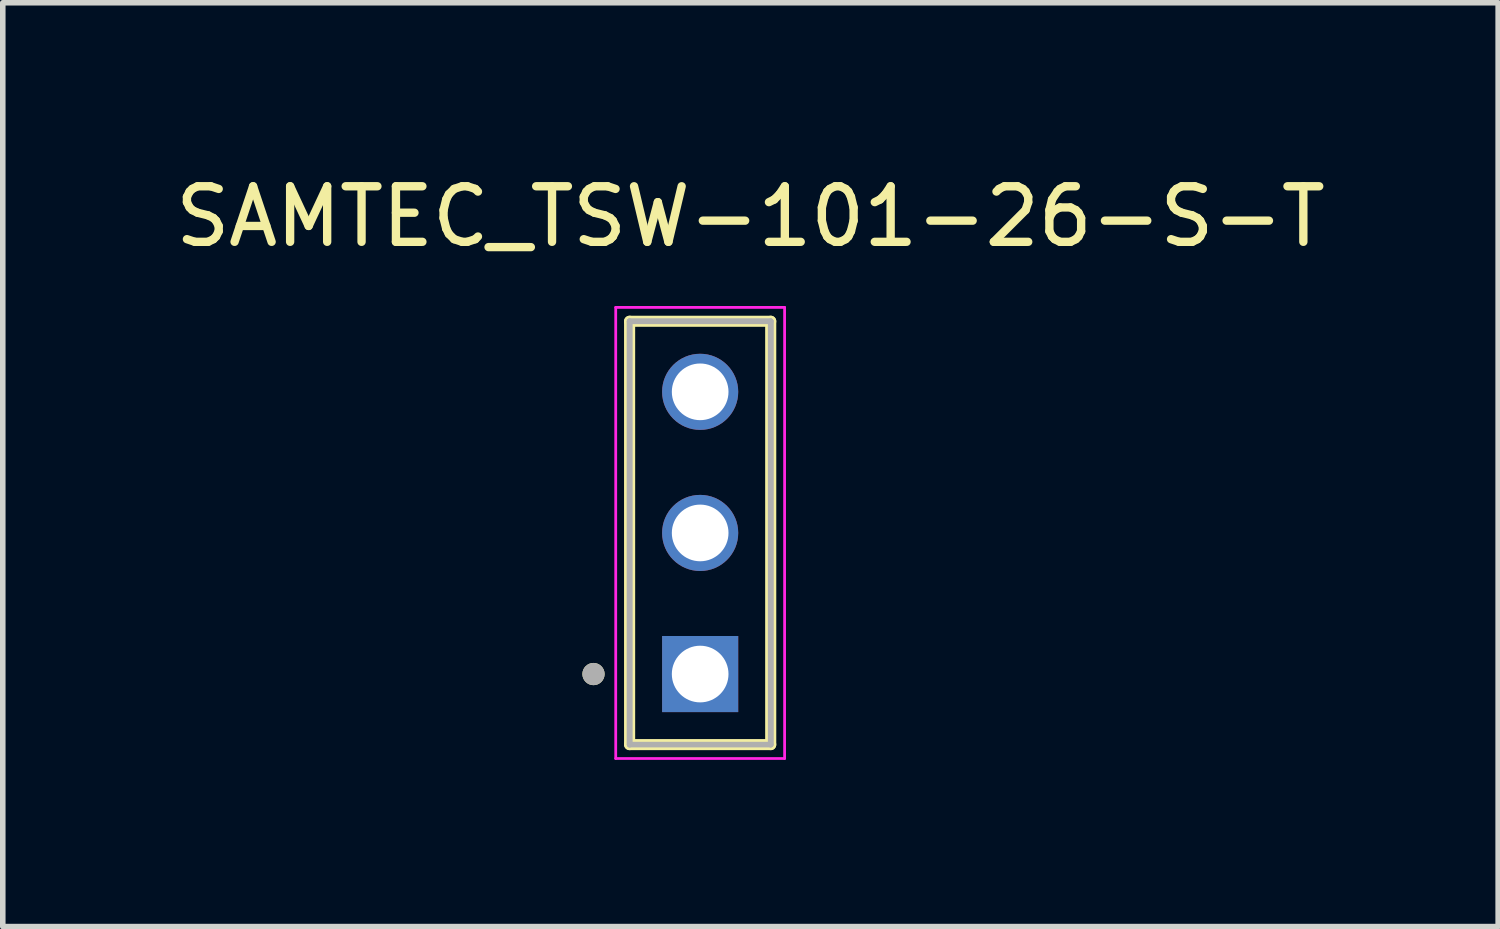
<source format=kicad_pcb>
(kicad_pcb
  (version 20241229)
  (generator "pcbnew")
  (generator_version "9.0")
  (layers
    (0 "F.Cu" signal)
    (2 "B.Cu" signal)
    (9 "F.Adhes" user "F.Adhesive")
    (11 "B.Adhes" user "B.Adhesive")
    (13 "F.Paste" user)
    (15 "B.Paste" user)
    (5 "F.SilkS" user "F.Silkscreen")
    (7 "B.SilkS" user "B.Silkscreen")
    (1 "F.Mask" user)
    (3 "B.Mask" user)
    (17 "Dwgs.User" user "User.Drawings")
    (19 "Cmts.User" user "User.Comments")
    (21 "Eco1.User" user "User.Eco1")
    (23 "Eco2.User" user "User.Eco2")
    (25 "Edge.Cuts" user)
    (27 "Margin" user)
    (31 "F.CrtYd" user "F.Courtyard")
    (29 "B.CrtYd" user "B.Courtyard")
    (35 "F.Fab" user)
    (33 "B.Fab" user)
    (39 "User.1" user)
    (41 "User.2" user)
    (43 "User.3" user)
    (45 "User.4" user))
  (footprint "SAMTEC_TSW-101-26-S-T"
    (layer "F.Cu")
    (at 9.553 9.083)
    (property "Reference" "SAMTEC_TSW-101-26-S-T" (at 0.905 -8.235 0) (layer "F.SilkS") (effects (font (size 1 1) (thickness 0.15))))
    (attr through_hole)
    (fp_line (start -1.27 1.27) (end -1.27 -6.35) (stroke (width 0.2) (type solid)) (layer "F.SilkS"))
    (fp_line (start 1.27 -6.35) (end -1.27 -6.35) (stroke (width 0.2) (type solid)) (layer "F.SilkS"))
    (fp_line (start 1.27 -6.35) (end 1.27 1.27) (stroke (width 0.2) (type solid)) (layer "F.SilkS"))
    (fp_line (start 1.27 1.27) (end -1.27 1.27) (stroke (width 0.2) (type solid)) (layer "F.SilkS"))
    (fp_circle (center -1.92 0) (end -1.82 0) (stroke (width 0.2) (type solid)) (fill no) (layer "F.SilkS"))
    (fp_line (start -1.52 -6.6) (end 1.52 -6.6) (stroke (width 0.05) (type solid)) (layer "F.CrtYd"))
    (fp_line (start -1.52 1.52) (end -1.52 -6.6) (stroke (width 0.05) (type solid)) (layer "F.CrtYd"))
    (fp_line (start 1.52 -6.6) (end 1.52 1.52) (stroke (width 0.05) (type solid)) (layer "F.CrtYd"))
    (fp_line (start 1.52 1.52) (end -1.52 1.52) (stroke (width 0.05) (type solid)) (layer "F.CrtYd"))
    (fp_line (start -1.27 -6.35) (end 1.27 -6.35) (stroke (width 0.1) (type solid)) (layer "F.Fab"))
    (fp_line (start -1.27 -6.35) (end 1.27 -6.35) (stroke (width 0.1) (type solid)) (layer "F.Fab"))
    (fp_line (start -1.27 1.27) (end -1.27 -6.35) (stroke (width 0.1) (type solid)) (layer "F.Fab"))
    (fp_line (start -1.27 1.27) (end -1.27 -6.35) (stroke (width 0.1) (type solid)) (layer "F.Fab"))
    (fp_line (start 1.27 -6.35) (end 1.27 1.27) (stroke (width 0.1) (type solid)) (layer "F.Fab"))
    (fp_line (start 1.27 -6.35) (end 1.27 1.27) (stroke (width 0.1) (type solid)) (layer "F.Fab"))
    (fp_line (start 1.27 1.27) (end -1.27 1.27) (stroke (width 0.1) (type solid)) (layer "F.Fab"))
    (fp_circle (center -1.92 0) (end -1.82 0) (stroke (width 0.2) (type solid)) (fill no) (layer "F.Fab"))
    (pad "01" thru_hole rect (at 0 0) (size 1.37 1.37) (drill 1.02) (layers "*.Cu" "*.Mask"))
    (pad "02" thru_hole circle (at 0 -2.54) (size 1.37 1.37) (drill 1.02) (layers "*.Cu" "*.Mask"))
    (pad "03" thru_hole circle (at 0 -5.08) (size 1.37 1.37) (drill 1.02) (layers "*.Cu" "*.Mask")))
  (gr_rect
    (start -3 -3)
    (end 23.917 13.628)
    (stroke (width 0.1) (type default))
    (fill no)
    (layer "Edge.Cuts")))
</source>
